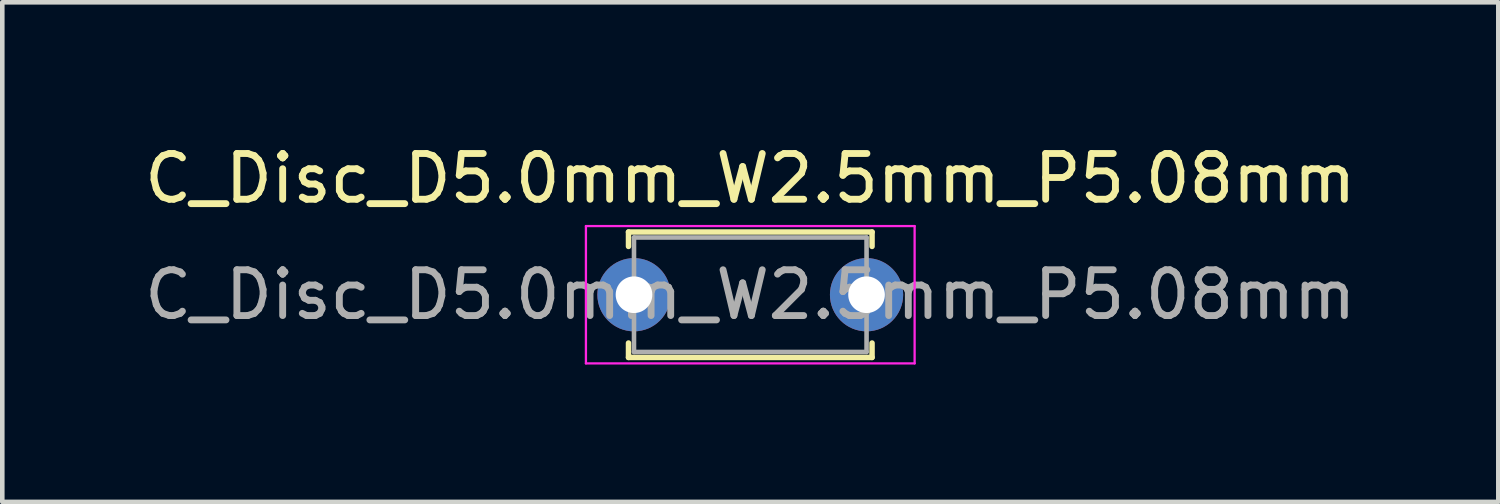
<source format=kicad_pcb>
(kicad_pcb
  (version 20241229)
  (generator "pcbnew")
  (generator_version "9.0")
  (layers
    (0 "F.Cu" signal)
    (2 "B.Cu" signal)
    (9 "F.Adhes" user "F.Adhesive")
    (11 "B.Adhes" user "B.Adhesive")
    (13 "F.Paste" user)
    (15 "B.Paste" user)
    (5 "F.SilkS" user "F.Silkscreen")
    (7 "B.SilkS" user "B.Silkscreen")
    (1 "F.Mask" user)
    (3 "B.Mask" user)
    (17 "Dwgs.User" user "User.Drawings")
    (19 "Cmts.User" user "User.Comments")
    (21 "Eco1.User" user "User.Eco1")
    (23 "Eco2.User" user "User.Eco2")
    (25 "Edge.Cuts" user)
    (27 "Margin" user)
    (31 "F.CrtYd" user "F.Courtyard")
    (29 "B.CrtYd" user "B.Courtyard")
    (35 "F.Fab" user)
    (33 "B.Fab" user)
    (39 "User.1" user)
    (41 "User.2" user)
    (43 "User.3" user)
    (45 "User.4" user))
  (footprint "C_Disc_D5.0mm_W2.5mm_P5.08mm"
    (layer "F.Cu")
    (at 10.799 3.388)
    (property "Reference" "C_Disc_D5.0mm_W2.5mm_P5.08mm" (at 2.54 -2.54 0) (layer "F.SilkS") (effects (font (size 1 1) (thickness 0.15))))
    (attr through_hole)
    (fp_line (start -0.12 -1.37) (end -0.12 -1.055) (stroke (width 0.12) (type solid)) (layer "F.SilkS"))
    (fp_line (start -0.12 -1.37) (end 5.2 -1.37) (stroke (width 0.12) (type solid)) (layer "F.SilkS"))
    (fp_line (start -0.12 1.055) (end -0.12 1.37) (stroke (width 0.12) (type solid)) (layer "F.SilkS"))
    (fp_line (start -0.12 1.37) (end 5.2 1.37) (stroke (width 0.12) (type solid)) (layer "F.SilkS"))
    (fp_line (start 5.2 -1.37) (end 5.2 -1.055) (stroke (width 0.12) (type solid)) (layer "F.SilkS"))
    (fp_line (start 5.2 1.055) (end 5.2 1.37) (stroke (width 0.12) (type solid)) (layer "F.SilkS"))
    (fp_line (start -1.05 -1.5) (end -1.05 1.5) (stroke (width 0.05) (type solid)) (layer "F.CrtYd"))
    (fp_line (start -1.05 1.5) (end 6.13 1.5) (stroke (width 0.05) (type solid)) (layer "F.CrtYd"))
    (fp_line (start 6.13 -1.5) (end -1.05 -1.5) (stroke (width 0.05) (type solid)) (layer "F.CrtYd"))
    (fp_line (start 6.13 1.5) (end 6.13 -1.5) (stroke (width 0.05) (type solid)) (layer "F.CrtYd"))
    (fp_line (start 0 -1.25) (end 0 1.25) (stroke (width 0.1) (type solid)) (layer "F.Fab"))
    (fp_line (start 0 1.25) (end 5.08 1.25) (stroke (width 0.1) (type solid)) (layer "F.Fab"))
    (fp_line (start 5.08 -1.25) (end 0 -1.25) (stroke (width 0.1) (type solid)) (layer "F.Fab"))
    (fp_line (start 5.08 1.25) (end 5.08 -1.25) (stroke (width 0.1) (type solid)) (layer "F.Fab"))
    (fp_text user "${REFERENCE}" (at 2.54 0 0) (layer "F.Fab") (effects (font (size 1 1) (thickness 0.15))))
    (pad "1" thru_hole circle (at 0 0) (size 1.6 1.6) (drill 0.8) (layers "*.Cu" "*.Mask"))
    (pad "2" thru_hole circle (at 5.08 0) (size 1.6 1.6) (drill 0.8) (layers "*.Cu" "*.Mask")))
  (gr_rect
    (start -3 -3)
    (end 29.679 7.913)
    (stroke (width 0.1) (type default))
    (fill no)
    (layer "Edge.Cuts")))
</source>
